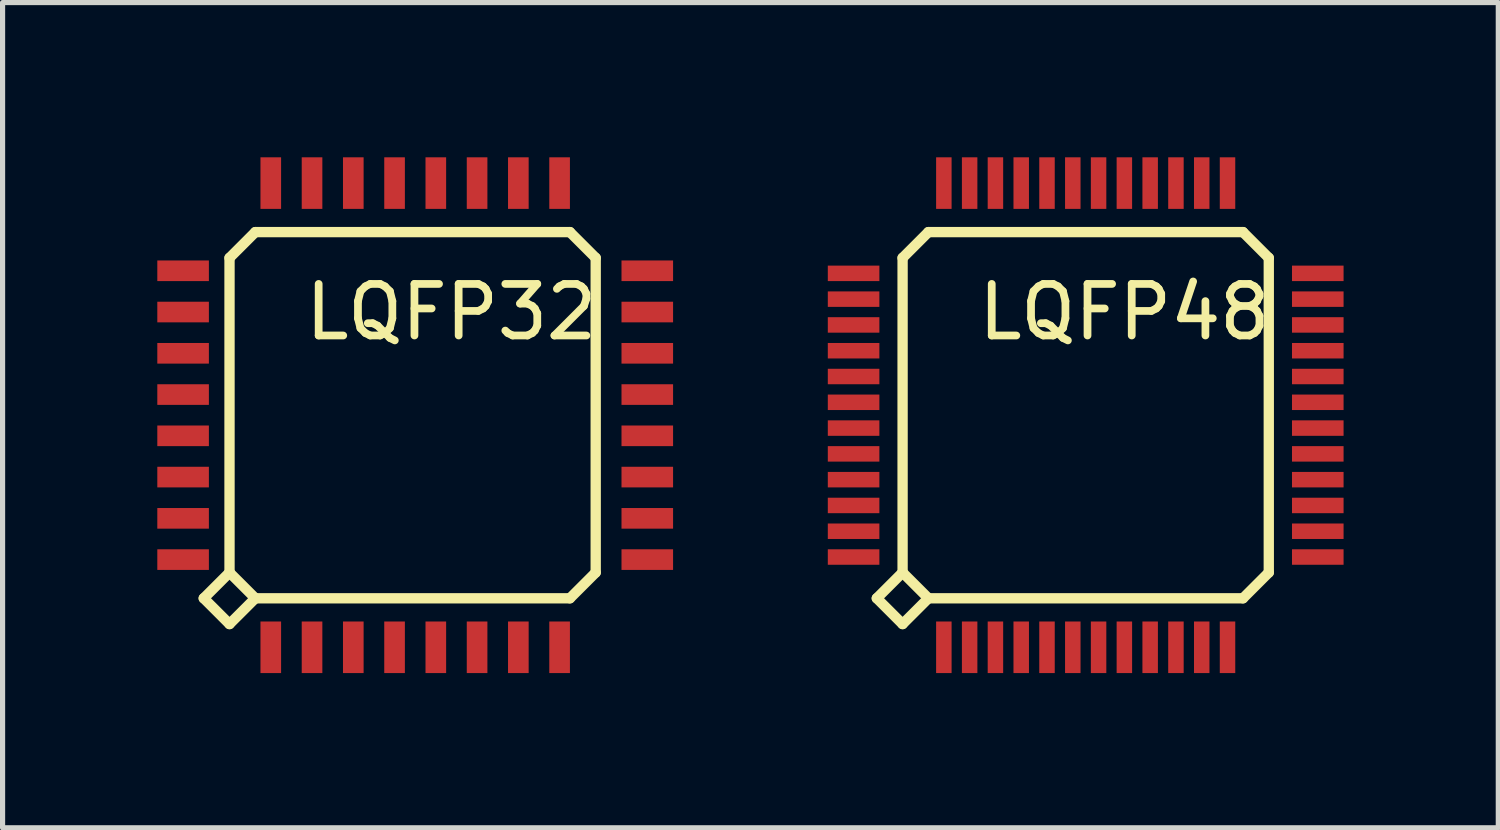
<source format=kicad_pcb>
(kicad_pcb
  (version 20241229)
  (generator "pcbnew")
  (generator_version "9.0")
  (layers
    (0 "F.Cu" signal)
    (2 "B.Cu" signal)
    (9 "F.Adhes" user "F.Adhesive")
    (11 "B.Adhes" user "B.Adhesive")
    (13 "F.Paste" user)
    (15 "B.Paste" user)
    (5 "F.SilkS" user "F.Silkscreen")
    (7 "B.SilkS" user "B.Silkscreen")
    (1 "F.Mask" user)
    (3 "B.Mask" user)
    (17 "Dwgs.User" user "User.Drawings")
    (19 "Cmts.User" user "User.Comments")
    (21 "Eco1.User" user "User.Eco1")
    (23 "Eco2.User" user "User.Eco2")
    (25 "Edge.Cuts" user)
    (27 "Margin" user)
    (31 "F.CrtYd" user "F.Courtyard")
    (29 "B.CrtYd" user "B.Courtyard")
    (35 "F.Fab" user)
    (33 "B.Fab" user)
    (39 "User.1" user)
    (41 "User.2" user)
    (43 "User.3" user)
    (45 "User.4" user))
  (footprint "LQFP48"
    (layer "F.Cu")
    (at 15.25 9.5)
    (property "Reference" "LQFP48" (at 3.5 -6.5 0) (layer "F.SilkS") (effects (font (size 1 1) (thickness 0.15))))
    (attr through_hole)
    (fp_line (start -1.3 -0.95) (end -0.8 -0.45) (stroke (width 0.2) (type solid)) (layer "F.SilkS"))
    (fp_line (start -0.8 -1.45) (end -1.3 -0.95) (stroke (width 0.2) (type solid)) (layer "F.SilkS"))
    (fp_line (start -0.8 -1.45) (end -0.8 -7.55) (stroke (width 0.2) (type solid)) (layer "F.SilkS"))
    (fp_line (start -0.8 -1.45) (end -0.3 -0.95) (stroke (width 0.2) (type solid)) (layer "F.SilkS"))
    (fp_line (start -0.8 -0.45) (end -0.3 -0.95) (stroke (width 0.2) (type solid)) (layer "F.SilkS"))
    (fp_line (start -0.3 -8.05) (end -0.8 -7.55) (stroke (width 0.2) (type solid)) (layer "F.SilkS"))
    (fp_line (start -0.3 -8.05) (end 5.8 -8.05) (stroke (width 0.2) (type solid)) (layer "F.SilkS"))
    (fp_line (start 5.8 -8.05) (end 6.3 -7.55) (stroke (width 0.2) (type solid)) (layer "F.SilkS"))
    (fp_line (start 5.8 -0.95) (end -0.3 -0.95) (stroke (width 0.2) (type solid)) (layer "F.SilkS"))
    (fp_line (start 5.8 -0.95) (end 6.3 -1.45) (stroke (width 0.2) (type solid)) (layer "F.SilkS"))
    (fp_line (start 6.3 -7.55) (end 6.3 -1.45) (stroke (width 0.2) (type solid)) (layer "F.SilkS"))
    (pad "1" smd rect (at 0 0) (size 0.3 1) (layers "F.Cu" "F.Mask" "F.Paste"))
    (pad "2" smd rect (at 0.5 0) (size 0.3 1) (layers "F.Cu" "F.Mask" "F.Paste"))
    (pad "3" smd rect (at 1 0) (size 0.3 1) (layers "F.Cu" "F.Mask" "F.Paste"))
    (pad "4" smd rect (at 1.5 0) (size 0.3 1) (layers "F.Cu" "F.Mask" "F.Paste"))
    (pad "5" smd rect (at 2 0) (size 0.3 1) (layers "F.Cu" "F.Mask" "F.Paste"))
    (pad "6" smd rect (at 2.5 0) (size 0.3 1) (layers "F.Cu" "F.Mask" "F.Paste"))
    (pad "7" smd rect (at 3 0) (size 0.3 1) (layers "F.Cu" "F.Mask" "F.Paste"))
    (pad "8" smd rect (at 3.5 0) (size 0.3 1) (layers "F.Cu" "F.Mask" "F.Paste"))
    (pad "9" smd rect (at 4 0) (size 0.3 1) (layers "F.Cu" "F.Mask" "F.Paste"))
    (pad "10" smd rect (at 4.5 0) (size 0.3 1) (layers "F.Cu" "F.Mask" "F.Paste"))
    (pad "11" smd rect (at 5 0) (size 0.3 1) (layers "F.Cu" "F.Mask" "F.Paste"))
    (pad "12" smd rect (at 5.5 0) (size 0.3 1) (layers "F.Cu" "F.Mask" "F.Paste"))
    (pad "13" smd rect (at 7.25 -1.75) (size 1 0.3) (layers "F.Cu" "F.Mask" "F.Paste"))
    (pad "14" smd rect (at 7.25 -2.25) (size 1 0.3) (layers "F.Cu" "F.Mask" "F.Paste"))
    (pad "15" smd rect (at 7.25 -2.75) (size 1 0.3) (layers "F.Cu" "F.Mask" "F.Paste"))
    (pad "16" smd rect (at 7.25 -3.25) (size 1 0.3) (layers "F.Cu" "F.Mask" "F.Paste"))
    (pad "17" smd rect (at 7.25 -3.75) (size 1 0.3) (layers "F.Cu" "F.Mask" "F.Paste"))
    (pad "18" smd rect (at 7.25 -4.25) (size 1 0.3) (layers "F.Cu" "F.Mask" "F.Paste"))
    (pad "19" smd rect (at 7.25 -4.75) (size 1 0.3) (layers "F.Cu" "F.Mask" "F.Paste"))
    (pad "20" smd rect (at 7.25 -5.25) (size 1 0.3) (layers "F.Cu" "F.Mask" "F.Paste"))
    (pad "21" smd rect (at 7.25 -5.75) (size 1 0.3) (layers "F.Cu" "F.Mask" "F.Paste"))
    (pad "22" smd rect (at 7.25 -6.25) (size 1 0.3) (layers "F.Cu" "F.Mask" "F.Paste"))
    (pad "23" smd rect (at 7.25 -6.75) (size 1 0.3) (layers "F.Cu" "F.Mask" "F.Paste"))
    (pad "24" smd rect (at 7.25 -7.25) (size 1 0.3) (layers "F.Cu" "F.Mask" "F.Paste"))
    (pad "25" smd rect (at 5.5 -9) (size 0.3 1) (layers "F.Cu" "F.Mask" "F.Paste"))
    (pad "26" smd rect (at 5 -9) (size 0.3 1) (layers "F.Cu" "F.Mask" "F.Paste"))
    (pad "27" smd rect (at 4.5 -9) (size 0.3 1) (layers "F.Cu" "F.Mask" "F.Paste"))
    (pad "28" smd rect (at 4 -9) (size 0.3 1) (layers "F.Cu" "F.Mask" "F.Paste"))
    (pad "29" smd rect (at 3.5 -9) (size 0.3 1) (layers "F.Cu" "F.Mask" "F.Paste"))
    (pad "30" smd rect (at 3 -9) (size 0.3 1) (layers "F.Cu" "F.Mask" "F.Paste"))
    (pad "31" smd rect (at 2.5 -9) (size 0.3 1) (layers "F.Cu" "F.Mask" "F.Paste"))
    (pad "32" smd rect (at 2 -9) (size 0.3 1) (layers "F.Cu" "F.Mask" "F.Paste"))
    (pad "33" smd rect (at 1.5 -9) (size 0.3 1) (layers "F.Cu" "F.Mask" "F.Paste"))
    (pad "34" smd rect (at 1 -9) (size 0.3 1) (layers "F.Cu" "F.Mask" "F.Paste"))
    (pad "35" smd rect (at 0.5 -9) (size 0.3 1) (layers "F.Cu" "F.Mask" "F.Paste"))
    (pad "36" smd rect (at 0 -9) (size 0.3 1) (layers "F.Cu" "F.Mask" "F.Paste"))
    (pad "37" smd rect (at -1.75 -7.25) (size 1 0.3) (layers "F.Cu" "F.Mask" "F.Paste"))
    (pad "38" smd rect (at -1.75 -6.75) (size 1 0.3) (layers "F.Cu" "F.Mask" "F.Paste"))
    (pad "39" smd rect (at -1.75 -6.25) (size 1 0.3) (layers "F.Cu" "F.Mask" "F.Paste"))
    (pad "40" smd rect (at -1.75 -5.75) (size 1 0.3) (layers "F.Cu" "F.Mask" "F.Paste"))
    (pad "41" smd rect (at -1.75 -5.25) (size 1 0.3) (layers "F.Cu" "F.Mask" "F.Paste"))
    (pad "42" smd rect (at -1.75 -4.75) (size 1 0.3) (layers "F.Cu" "F.Mask" "F.Paste"))
    (pad "43" smd rect (at -1.75 -4.25) (size 1 0.3) (layers "F.Cu" "F.Mask" "F.Paste"))
    (pad "44" smd rect (at -1.75 -3.75) (size 1 0.3) (layers "F.Cu" "F.Mask" "F.Paste"))
    (pad "45" smd rect (at -1.75 -3.25) (size 1 0.3) (layers "F.Cu" "F.Mask" "F.Paste"))
    (pad "46" smd rect (at -1.75 -2.75) (size 1 0.3) (layers "F.Cu" "F.Mask" "F.Paste"))
    (pad "47" smd rect (at -1.75 -2.25) (size 1 0.3) (layers "F.Cu" "F.Mask" "F.Paste"))
    (pad "48" smd rect (at -1.75 -1.75) (size 1 0.3) (layers "F.Cu" "F.Mask" "F.Paste")))
  (footprint "LQFP32"
    (layer "F.Cu")
    (at 2.2 9.5)
    (property "Reference" "LQFP32" (at 3.5 -6.5 0) (layer "F.SilkS") (effects (font (size 1 1) (thickness 0.15))))
    (attr through_hole)
    (fp_line (start -1.3 -0.95) (end -0.8 -0.45) (stroke (width 0.2) (type solid)) (layer "F.SilkS"))
    (fp_line (start -0.8 -1.45) (end -1.3 -0.95) (stroke (width 0.2) (type solid)) (layer "F.SilkS"))
    (fp_line (start -0.8 -1.45) (end -0.8 -7.55) (stroke (width 0.2) (type solid)) (layer "F.SilkS"))
    (fp_line (start -0.8 -1.45) (end -0.3 -0.95) (stroke (width 0.2) (type solid)) (layer "F.SilkS"))
    (fp_line (start -0.8 -0.45) (end -0.3 -0.95) (stroke (width 0.2) (type solid)) (layer "F.SilkS"))
    (fp_line (start -0.3 -8.05) (end -0.8 -7.55) (stroke (width 0.2) (type solid)) (layer "F.SilkS"))
    (fp_line (start -0.3 -8.05) (end 5.8 -8.05) (stroke (width 0.2) (type solid)) (layer "F.SilkS"))
    (fp_line (start 5.8 -8.05) (end 6.3 -7.55) (stroke (width 0.2) (type solid)) (layer "F.SilkS"))
    (fp_line (start 5.8 -0.95) (end -0.3 -0.95) (stroke (width 0.2) (type solid)) (layer "F.SilkS"))
    (fp_line (start 5.8 -0.95) (end 6.3 -1.45) (stroke (width 0.2) (type solid)) (layer "F.SilkS"))
    (fp_line (start 6.3 -7.55) (end 6.3 -1.45) (stroke (width 0.2) (type solid)) (layer "F.SilkS"))
    (pad "1" smd rect (at 0 0) (size 0.4 1) (layers "F.Cu" "F.Mask" "F.Paste"))
    (pad "2" smd rect (at 0.8 0) (size 0.4 1) (layers "F.Cu" "F.Mask" "F.Paste"))
    (pad "3" smd rect (at 1.6 0) (size 0.4 1) (layers "F.Cu" "F.Mask" "F.Paste"))
    (pad "4" smd rect (at 2.4 0) (size 0.4 1) (layers "F.Cu" "F.Mask" "F.Paste"))
    (pad "5" smd rect (at 3.2 0) (size 0.4 1) (layers "F.Cu" "F.Mask" "F.Paste"))
    (pad "6" smd rect (at 4 0) (size 0.4 1) (layers "F.Cu" "F.Mask" "F.Paste"))
    (pad "7" smd rect (at 4.8 0) (size 0.4 1) (layers "F.Cu" "F.Mask" "F.Paste"))
    (pad "8" smd rect (at 5.6 0) (size 0.4 1) (layers "F.Cu" "F.Mask" "F.Paste"))
    (pad "9" smd rect (at 7.3 -1.7) (size 1 0.4) (layers "F.Cu" "F.Mask" "F.Paste"))
    (pad "10" smd rect (at 7.3 -2.5) (size 1 0.4) (layers "F.Cu" "F.Mask" "F.Paste"))
    (pad "11" smd rect (at 7.3 -3.3) (size 1 0.4) (layers "F.Cu" "F.Mask" "F.Paste"))
    (pad "12" smd rect (at 7.3 -4.1) (size 1 0.4) (layers "F.Cu" "F.Mask" "F.Paste"))
    (pad "13" smd rect (at 7.3 -4.9) (size 1 0.4) (layers "F.Cu" "F.Mask" "F.Paste"))
    (pad "14" smd rect (at 7.3 -5.7) (size 1 0.4) (layers "F.Cu" "F.Mask" "F.Paste"))
    (pad "15" smd rect (at 7.3 -6.5) (size 1 0.4) (layers "F.Cu" "F.Mask" "F.Paste"))
    (pad "16" smd rect (at 7.3 -7.3) (size 1 0.4) (layers "F.Cu" "F.Mask" "F.Paste"))
    (pad "17" smd rect (at 5.6 -9) (size 0.4 1) (layers "F.Cu" "F.Mask" "F.Paste"))
    (pad "18" smd rect (at 4.8 -9) (size 0.4 1) (layers "F.Cu" "F.Mask" "F.Paste"))
    (pad "19" smd rect (at 4 -9) (size 0.4 1) (layers "F.Cu" "F.Mask" "F.Paste"))
    (pad "20" smd rect (at 3.2 -9) (size 0.4 1) (layers "F.Cu" "F.Mask" "F.Paste"))
    (pad "21" smd rect (at 2.4 -9) (size 0.4 1) (layers "F.Cu" "F.Mask" "F.Paste"))
    (pad "22" smd rect (at 1.6 -9) (size 0.4 1) (layers "F.Cu" "F.Mask" "F.Paste"))
    (pad "23" smd rect (at 0.8 -9) (size 0.4 1) (layers "F.Cu" "F.Mask" "F.Paste"))
    (pad "24" smd rect (at 0 -9) (size 0.4 1) (layers "F.Cu" "F.Mask" "F.Paste"))
    (pad "25" smd rect (at -1.7 -7.3) (size 1 0.4) (layers "F.Cu" "F.Mask" "F.Paste"))
    (pad "26" smd rect (at -1.7 -6.5) (size 1 0.4) (layers "F.Cu" "F.Mask" "F.Paste"))
    (pad "27" smd rect (at -1.7 -5.7) (size 1 0.4) (layers "F.Cu" "F.Mask" "F.Paste"))
    (pad "28" smd rect (at -1.7 -4.9) (size 1 0.4) (layers "F.Cu" "F.Mask" "F.Paste"))
    (pad "29" smd rect (at -1.7 -4.1) (size 1 0.4) (layers "F.Cu" "F.Mask" "F.Paste"))
    (pad "30" smd rect (at -1.7 -3.3) (size 1 0.4) (layers "F.Cu" "F.Mask" "F.Paste"))
    (pad "31" smd rect (at -1.7 -2.5) (size 1 0.4) (layers "F.Cu" "F.Mask" "F.Paste"))
    (pad "32" smd rect (at -1.7 -1.7) (size 1 0.4) (layers "F.Cu" "F.Mask" "F.Paste")))
  (gr_rect
    (start -3 -3)
    (end 26 13)
    (stroke (width 0.1) (type default))
    (fill no)
    (layer "Edge.Cuts")))
</source>
